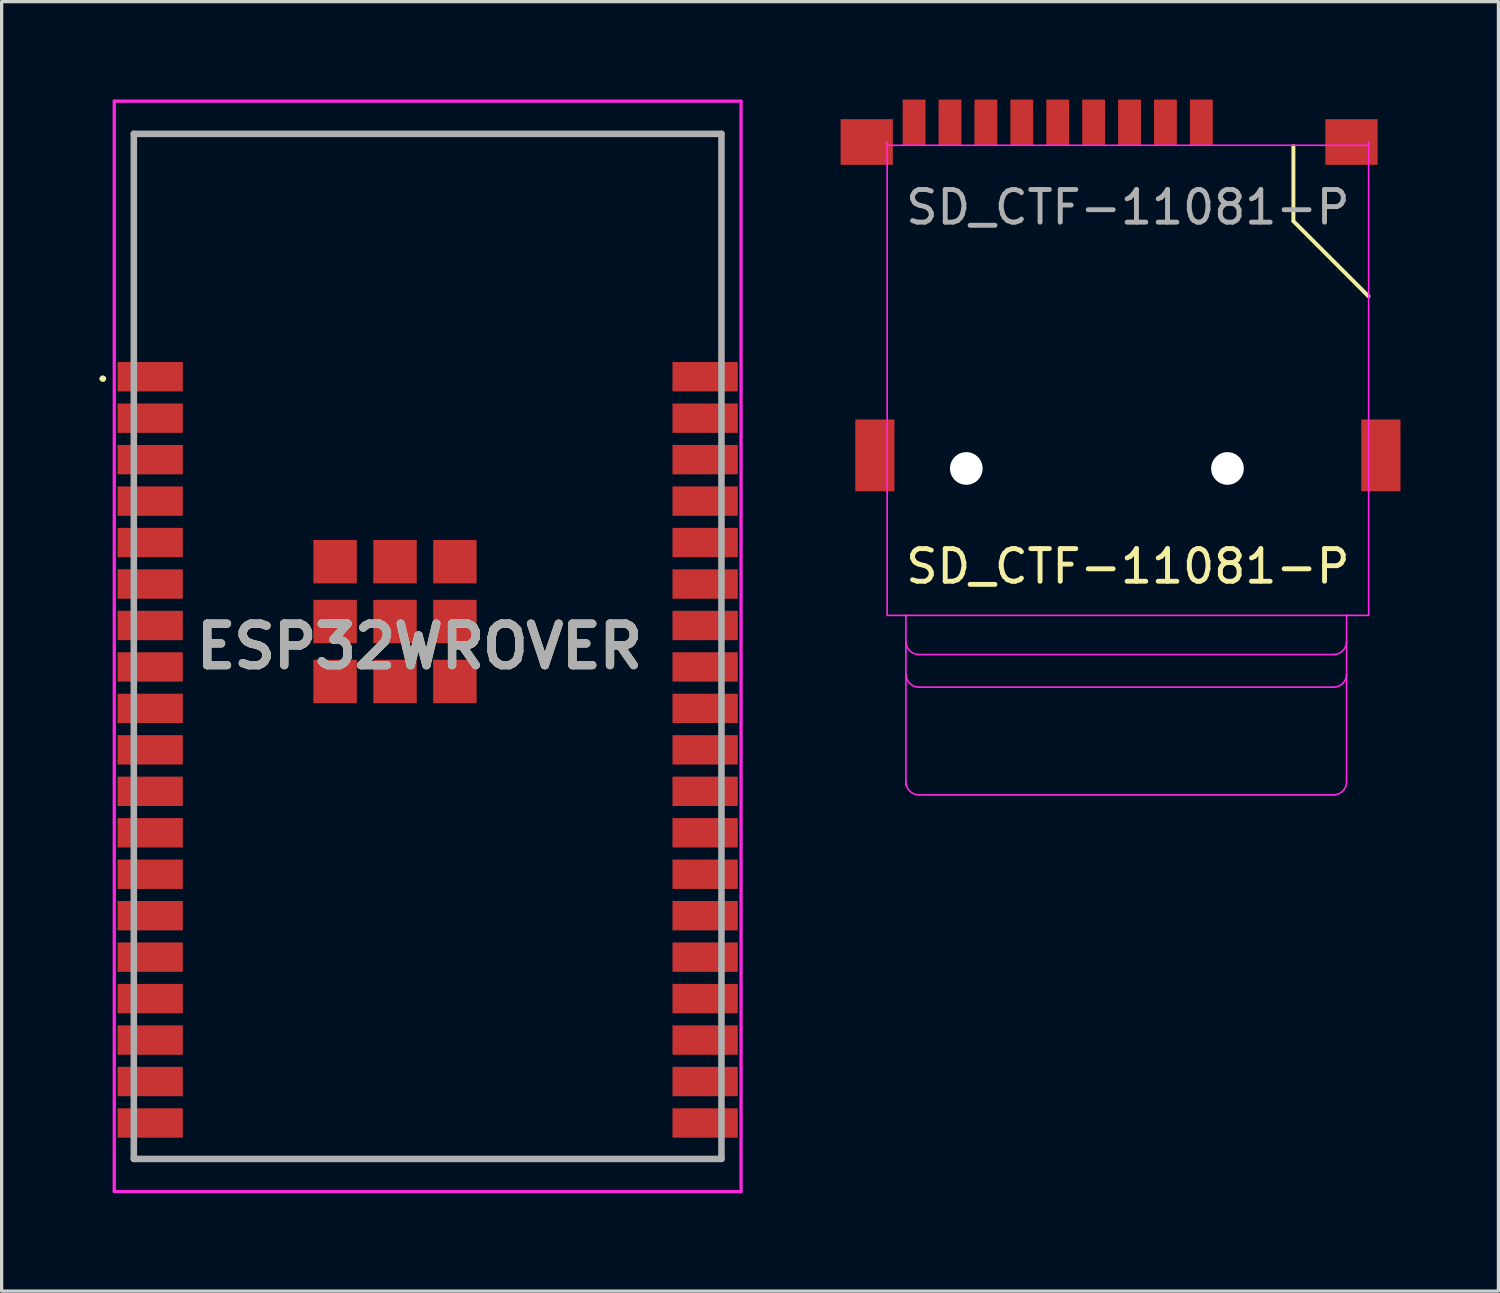
<source format=kicad_pcb>
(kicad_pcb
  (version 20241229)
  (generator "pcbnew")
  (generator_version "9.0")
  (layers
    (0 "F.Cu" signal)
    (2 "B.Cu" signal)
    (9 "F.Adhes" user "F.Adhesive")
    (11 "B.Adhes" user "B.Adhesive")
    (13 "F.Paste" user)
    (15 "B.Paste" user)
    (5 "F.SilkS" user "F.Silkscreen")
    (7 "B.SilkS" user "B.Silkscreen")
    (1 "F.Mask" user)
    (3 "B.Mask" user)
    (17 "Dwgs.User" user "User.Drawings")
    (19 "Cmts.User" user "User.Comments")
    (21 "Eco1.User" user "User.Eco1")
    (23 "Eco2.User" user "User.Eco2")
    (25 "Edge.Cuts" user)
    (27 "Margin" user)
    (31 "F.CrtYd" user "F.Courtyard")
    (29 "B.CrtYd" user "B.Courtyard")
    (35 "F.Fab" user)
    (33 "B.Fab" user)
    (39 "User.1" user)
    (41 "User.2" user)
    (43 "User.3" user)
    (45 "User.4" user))
  (footprint "SD_CTF-11081-P"
    (layer "F.Cu")
    (at 31.5 11.3)
    (property "Reference" "SD_CTF-11081-P" (at 0 3 0) (layer "F.SilkS") (effects (font (size 1 1) (thickness 0.15))))
    (attr smd)
    (fp_line (start 5.07 -9.875) (end 5.07 -7.575) (stroke (width 0.12) (type solid)) (layer "F.SilkS"))
    (fp_line (start 5.07 -7.575) (end 7.37 -5.275) (stroke (width 0.12) (type solid)) (layer "F.SilkS"))
    (fp_line (start -7.375 -10) (end -7.375 4.5) (stroke (width 0.05) (type solid)) (layer "F.CrtYd"))
    (fp_line (start -7.375 -9.9) (end 7.375 -9.9) (stroke (width 0.05) (type solid)) (layer "F.CrtYd"))
    (fp_line (start -7.375 4.5) (end 7.375 4.5) (stroke (width 0.05) (type solid)) (layer "F.CrtYd"))
    (fp_line (start -6.8 4.5) (end -6.8 9.7) (stroke (width 0.05) (type solid)) (layer "F.CrtYd"))
    (fp_line (start -6.4 5.7) (end 6.3 5.7) (stroke (width 0.05) (type solid)) (layer "F.CrtYd"))
    (fp_line (start -6.4 6.7) (end 6.3 6.7) (stroke (width 0.05) (type solid)) (layer "F.CrtYd"))
    (fp_line (start -6.4 10) (end 6.3 10) (stroke (width 0.05) (type solid)) (layer "F.CrtYd"))
    (fp_line (start 6.7 9.6) (end 6.7 4.5) (stroke (width 0.05) (type solid)) (layer "F.CrtYd"))
    (fp_line (start 7.375 -10) (end 7.375 4.5) (stroke (width 0.05) (type solid)) (layer "F.CrtYd"))
    (fp_arc (start -6.4 5.7) (mid -6.682843 5.582843) (end -6.8 5.3) (stroke (width 0.05) (type solid)) (layer "F.CrtYd"))
    (fp_arc (start -6.4 6.7) (mid -6.682843 6.582843) (end -6.8 6.3) (stroke (width 0.05) (type solid)) (layer "F.CrtYd"))
    (fp_arc (start -6.4 10) (mid -6.682843 9.882843) (end -6.8 9.6) (stroke (width 0.05) (type solid)) (layer "F.CrtYd"))
    (fp_arc (start 6.7 5.3) (mid 6.582843 5.582843) (end 6.3 5.7) (stroke (width 0.05) (type solid)) (layer "F.CrtYd"))
    (fp_arc (start 6.7 6.3) (mid 6.582843 6.582843) (end 6.3 6.7) (stroke (width 0.05) (type solid)) (layer "F.CrtYd"))
    (fp_arc (start 6.7 9.6) (mid 6.582843 9.882843) (end 6.3 10) (stroke (width 0.05) (type solid)) (layer "F.CrtYd"))
    (fp_text user "${REFERENCE}" (at 0 -8 0) (layer "F.Fab") (effects (font (size 1 1) (thickness 0.15))))
    (pad "" np_thru_hole circle (at -4.95 0) (size 1 1) (drill 1) (layers "*.Cu" "*.Mask"))
    (pad "" np_thru_hole circle (at 3.05 0) (size 1 1) (drill 1) (layers "*.Cu" "*.Mask"))
    (pad "1" smd rect (at 2.25 -10.6) (size 0.7 1.4) (layers "F.Cu" "F.Mask" "F.Paste"))
    (pad "2" smd rect (at 1.15 -10.6) (size 0.7 1.4) (layers "F.Cu" "F.Mask" "F.Paste"))
    (pad "3" smd rect (at 0.05 -10.6) (size 0.7 1.4) (layers "F.Cu" "F.Mask" "F.Paste"))
    (pad "4" smd rect (at -1.05 -10.6) (size 0.7 1.4) (layers "F.Cu" "F.Mask" "F.Paste"))
    (pad "5" smd rect (at -2.15 -10.6) (size 0.7 1.4) (layers "F.Cu" "F.Mask" "F.Paste"))
    (pad "6" smd rect (at -3.25 -10.6) (size 0.7 1.4) (layers "F.Cu" "F.Mask" "F.Paste"))
    (pad "7" smd rect (at -4.35 -10.6) (size 0.7 1.4) (layers "F.Cu" "F.Mask" "F.Paste"))
    (pad "8" smd rect (at -5.45 -10.6) (size 0.7 1.4) (layers "F.Cu" "F.Mask" "F.Paste"))
    (pad "10" smd rect (at -6.55 -10.6) (size 0.7 1.4) (layers "F.Cu" "F.Mask" "F.Paste"))
    (pad "11" smd rect (at -8 -10) (size 1.6 1.4) (layers "F.Cu" "F.Mask" "F.Paste"))
    (pad "12" smd rect (at -7.75 -0.4) (size 1.2 2.2) (layers "F.Cu" "F.Mask" "F.Paste"))
    (pad "12" smd rect (at 6.85 -10) (size 1.6 1.4) (layers "F.Cu" "F.Mask" "F.Paste"))
    (pad "12" smd rect (at 7.75 -0.4) (size 1.2 2.2) (layers "F.Cu" "F.Mask" "F.Paste")))
  (footprint "ESP32WROVER"
    (layer "F.Cu")
    (at 10.05 16.75)
    (property "Reference" "ESP32WROVER" (at -0.25 0 0) (layer "F.SilkS") (effects (font (size 1.27 1.27) (thickness 0.254))))
    (attr smd)
    (fp_line (start -10 -8.2) (end -10 -8.2) (stroke (width 0.1) (type solid)) (layer "F.SilkS"))
    (fp_line (start -9.9 -8.2) (end -9.9 -8.2) (stroke (width 0.1) (type solid)) (layer "F.SilkS"))
    (fp_line (start -9 -15.7) (end 9 -15.7) (stroke (width 0.1) (type solid)) (layer "F.SilkS"))
    (fp_line (start -9 -9.5) (end -9 -15.7) (stroke (width 0.1) (type solid)) (layer "F.SilkS"))
    (fp_line (start -9 15.7) (end 9 15.7) (stroke (width 0.1) (type solid)) (layer "F.SilkS"))
    (fp_line (start 9 -15.7) (end 9 -9.5) (stroke (width 0.1) (type solid)) (layer "F.SilkS"))
    (fp_arc (start -10 -8.2) (mid -9.95 -8.25) (end -9.9 -8.2) (stroke (width 0.1) (type solid)) (layer "F.SilkS"))
    (fp_arc (start -9.9 -8.2) (mid -9.95 -8.15) (end -10 -8.2) (stroke (width 0.1) (type solid)) (layer "F.SilkS"))
    (fp_line (start -9.6 -16.7) (end 9.6 -16.7) (stroke (width 0.1) (type solid)) (layer "F.CrtYd"))
    (fp_line (start -9.6 16.7) (end -9.6 -16.7) (stroke (width 0.1) (type solid)) (layer "F.CrtYd"))
    (fp_line (start 9.6 -16.7) (end 9.6 16.7) (stroke (width 0.1) (type solid)) (layer "F.CrtYd"))
    (fp_line (start 9.6 16.7) (end -9.6 16.7) (stroke (width 0.1) (type solid)) (layer "F.CrtYd"))
    (fp_line (start -9 -15.7) (end 9 -15.7) (stroke (width 0.2) (type solid)) (layer "F.Fab"))
    (fp_line (start -9 15.7) (end -9 -15.7) (stroke (width 0.2) (type solid)) (layer "F.Fab"))
    (fp_line (start 9 -15.7) (end 9 15.7) (stroke (width 0.2) (type solid)) (layer "F.Fab"))
    (fp_line (start 9 15.7) (end -9 15.7) (stroke (width 0.2) (type solid)) (layer "F.Fab"))
    (fp_text user "${REFERENCE}" (at -0.25 0 0) (layer "F.Fab") (effects (font (size 1.27 1.27) (thickness 0.254))))
    (pad "1" smd rect (at -8.5 -8.26 90) (size 0.9 2) (layers "F.Cu" "F.Mask" "F.Paste"))
    (pad "2" smd rect (at -8.5 -6.99 90) (size 0.9 2) (layers "F.Cu" "F.Mask" "F.Paste"))
    (pad "3" smd rect (at -8.5 -5.72 90) (size 0.9 2) (layers "F.Cu" "F.Mask" "F.Paste"))
    (pad "4" smd rect (at -8.5 -4.45 90) (size 0.9 2) (layers "F.Cu" "F.Mask" "F.Paste"))
    (pad "5" smd rect (at -8.5 -3.18 90) (size 0.9 2) (layers "F.Cu" "F.Mask" "F.Paste"))
    (pad "6" smd rect (at -8.5 -1.91 90) (size 0.9 2) (layers "F.Cu" "F.Mask" "F.Paste"))
    (pad "7" smd rect (at -8.5 -0.64 90) (size 0.9 2) (layers "F.Cu" "F.Mask" "F.Paste"))
    (pad "8" smd rect (at -8.5 0.63 90) (size 0.9 2) (layers "F.Cu" "F.Mask" "F.Paste"))
    (pad "9" smd rect (at -8.5 1.9 90) (size 0.9 2) (layers "F.Cu" "F.Mask" "F.Paste"))
    (pad "10" smd rect (at -8.5 3.17 90) (size 0.9 2) (layers "F.Cu" "F.Mask" "F.Paste"))
    (pad "11" smd rect (at -8.5 4.44 90) (size 0.9 2) (layers "F.Cu" "F.Mask" "F.Paste"))
    (pad "12" smd rect (at -8.5 5.71 90) (size 0.9 2) (layers "F.Cu" "F.Mask" "F.Paste"))
    (pad "13" smd rect (at -8.5 6.98 90) (size 0.9 2) (layers "F.Cu" "F.Mask" "F.Paste"))
    (pad "14" smd rect (at -8.5 8.25 90) (size 0.9 2) (layers "F.Cu" "F.Mask" "F.Paste"))
    (pad "15" smd rect (at -8.5 9.52 90) (size 0.9 2) (layers "F.Cu" "F.Mask" "F.Paste"))
    (pad "16" smd rect (at -8.5 10.79 90) (size 0.9 2) (layers "F.Cu" "F.Mask" "F.Paste"))
    (pad "17" smd rect (at -8.5 12.06 90) (size 0.9 2) (layers "F.Cu" "F.Mask" "F.Paste"))
    (pad "18" smd rect (at -8.5 13.33 90) (size 0.9 2) (layers "F.Cu" "F.Mask" "F.Paste"))
    (pad "19" smd rect (at -8.5 14.6 90) (size 0.9 2) (layers "F.Cu" "F.Mask" "F.Paste"))
    (pad "20" smd rect (at 8.5 14.6 90) (size 0.9 2) (layers "F.Cu" "F.Mask" "F.Paste"))
    (pad "21" smd rect (at 8.5 13.33 90) (size 0.9 2) (layers "F.Cu" "F.Mask" "F.Paste"))
    (pad "22" smd rect (at 8.5 12.06 90) (size 0.9 2) (layers "F.Cu" "F.Mask" "F.Paste"))
    (pad "23" smd rect (at 8.5 10.79 90) (size 0.9 2) (layers "F.Cu" "F.Mask" "F.Paste"))
    (pad "24" smd rect (at 8.5 9.52 90) (size 0.9 2) (layers "F.Cu" "F.Mask" "F.Paste"))
    (pad "25" smd rect (at 8.5 8.25 90) (size 0.9 2) (layers "F.Cu" "F.Mask" "F.Paste"))
    (pad "26" smd rect (at 8.5 6.98 90) (size 0.9 2) (layers "F.Cu" "F.Mask" "F.Paste"))
    (pad "27" smd rect (at 8.5 5.71 90) (size 0.9 2) (layers "F.Cu" "F.Mask" "F.Paste"))
    (pad "28" smd rect (at 8.5 4.44 90) (size 0.9 2) (layers "F.Cu" "F.Mask" "F.Paste"))
    (pad "29" smd rect (at 8.5 3.17 90) (size 0.9 2) (layers "F.Cu" "F.Mask" "F.Paste"))
    (pad "30" smd rect (at 8.5 1.9 90) (size 0.9 2) (layers "F.Cu" "F.Mask" "F.Paste"))
    (pad "31" smd rect (at 8.5 0.63 90) (size 0.9 2) (layers "F.Cu" "F.Mask" "F.Paste"))
    (pad "32" smd rect (at 8.5 -0.64 90) (size 0.9 2) (layers "F.Cu" "F.Mask" "F.Paste"))
    (pad "33" smd rect (at 8.5 -1.91 90) (size 0.9 2) (layers "F.Cu" "F.Mask" "F.Paste"))
    (pad "34" smd rect (at 8.5 -3.18 90) (size 0.9 2) (layers "F.Cu" "F.Mask" "F.Paste"))
    (pad "35" smd rect (at 8.5 -4.45 90) (size 0.9 2) (layers "F.Cu" "F.Mask" "F.Paste"))
    (pad "36" smd rect (at 8.5 -5.72 90) (size 0.9 2) (layers "F.Cu" "F.Mask" "F.Paste"))
    (pad "37" smd rect (at 8.5 -6.99 90) (size 0.9 2) (layers "F.Cu" "F.Mask" "F.Paste"))
    (pad "38" smd rect (at 8.5 -8.26 90) (size 0.9 2) (layers "F.Cu" "F.Mask" "F.Paste"))
    (pad "39" smd rect (at -1 -0.76 90) (size 1.33 1.33) (layers "F.Cu" "F.Mask" "F.Paste"))
    (pad "40" smd rect (at -2.835 -2.595 90) (size 1.33 1.33) (layers "F.Cu" "F.Mask" "F.Paste"))
    (pad "41" smd rect (at -2.835 -0.76 90) (size 1.33 1.33) (layers "F.Cu" "F.Mask" "F.Paste"))
    (pad "42" smd rect (at -2.835 1.075 90) (size 1.33 1.33) (layers "F.Cu" "F.Mask" "F.Paste"))
    (pad "43" smd rect (at -1 1.075 90) (size 1.33 1.33) (layers "F.Cu" "F.Mask" "F.Paste"))
    (pad "44" smd rect (at 0.835 1.075 90) (size 1.33 1.33) (layers "F.Cu" "F.Mask" "F.Paste"))
    (pad "45" smd rect (at 0.835 -0.76 90) (size 1.33 1.33) (layers "F.Cu" "F.Mask" "F.Paste"))
    (pad "46" smd rect (at 0.835 -2.595 90) (size 1.33 1.33) (layers "F.Cu" "F.Mask" "F.Paste"))
    (pad "47" smd rect (at -1 -2.595 90) (size 1.33 1.33) (layers "F.Cu" "F.Mask" "F.Paste")))
  (gr_rect
    (start -3 -3)
    (end 42.85 36.5)
    (stroke (width 0.1) (type default))
    (fill no)
    (layer "Edge.Cuts")))
</source>
